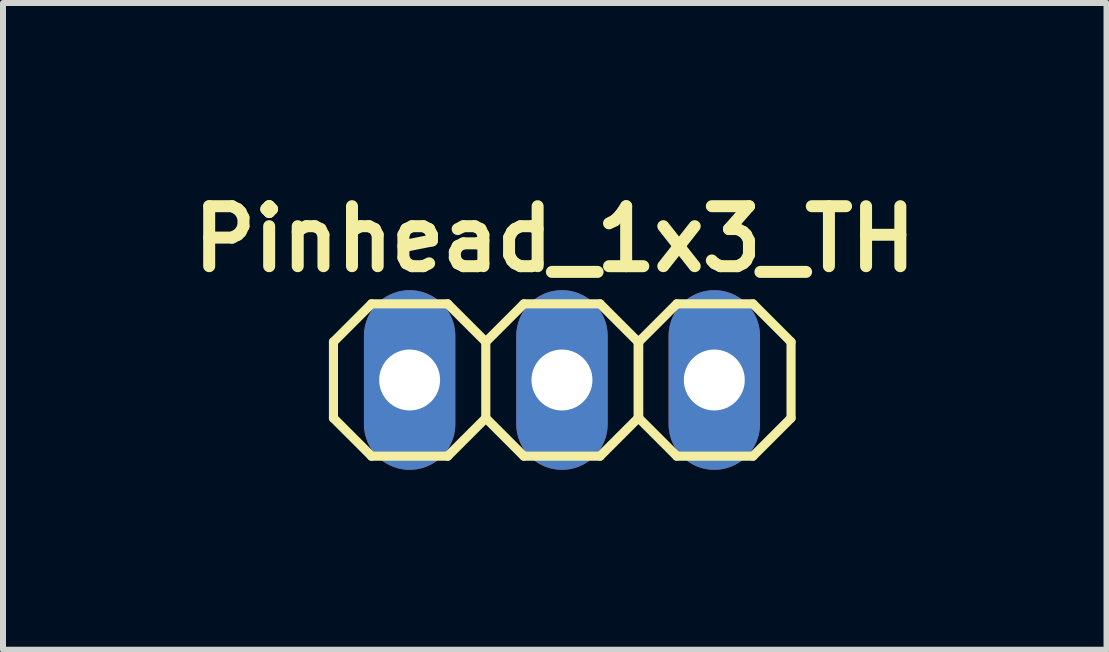
<source format=kicad_pcb>
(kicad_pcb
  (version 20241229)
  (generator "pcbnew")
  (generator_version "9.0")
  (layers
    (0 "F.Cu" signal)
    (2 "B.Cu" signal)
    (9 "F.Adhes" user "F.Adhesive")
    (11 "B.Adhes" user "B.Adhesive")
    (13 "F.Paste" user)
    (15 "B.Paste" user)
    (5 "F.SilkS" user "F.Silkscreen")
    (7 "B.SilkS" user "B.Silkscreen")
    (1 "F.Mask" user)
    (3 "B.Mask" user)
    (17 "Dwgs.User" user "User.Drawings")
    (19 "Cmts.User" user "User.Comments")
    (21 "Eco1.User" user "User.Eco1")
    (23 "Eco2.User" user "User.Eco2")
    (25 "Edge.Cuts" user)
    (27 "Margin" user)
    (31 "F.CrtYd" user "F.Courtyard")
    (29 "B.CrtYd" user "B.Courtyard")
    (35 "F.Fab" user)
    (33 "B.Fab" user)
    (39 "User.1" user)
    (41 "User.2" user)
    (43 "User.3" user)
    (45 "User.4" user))
  (footprint "Pinhead_1x3_TH"
    (layer "F.Cu")
    (at 5.05 3.286)
    (property "Reference" "Pinhead_1x3_TH" (at 1.15 -2.35 0) (layer "F.SilkS") (effects (font (size 1 1) (thickness 0.2))))
    (attr smd)
    (fp_line (start -2.54 -0.635) (end -1.905 -1.27) (stroke (width 0.152) (type solid)) (layer "F.SilkS"))
    (fp_line (start -2.54 0.635) (end -2.54 -0.635) (stroke (width 0.152) (type solid)) (layer "F.SilkS"))
    (fp_line (start -1.905 -1.27) (end -0.635 -1.27) (stroke (width 0.152) (type solid)) (layer "F.SilkS"))
    (fp_line (start -1.905 1.27) (end -2.54 0.635) (stroke (width 0.152) (type solid)) (layer "F.SilkS"))
    (fp_line (start -0.635 -1.27) (end 0 -0.635) (stroke (width 0.152) (type solid)) (layer "F.SilkS"))
    (fp_line (start -0.635 1.27) (end -1.905 1.27) (stroke (width 0.152) (type solid)) (layer "F.SilkS"))
    (fp_line (start 0 -0.635) (end 0.635 -1.27) (stroke (width 0.152) (type solid)) (layer "F.SilkS"))
    (fp_line (start 0 -0.599) (end 0 0.599) (stroke (width 0.152) (type solid)) (layer "F.SilkS"))
    (fp_line (start 0 0.635) (end -0.635 1.27) (stroke (width 0.152) (type solid)) (layer "F.SilkS"))
    (fp_line (start 0.635 -1.27) (end 1.905 -1.27) (stroke (width 0.152) (type solid)) (layer "F.SilkS"))
    (fp_line (start 0.635 1.27) (end 0 0.635) (stroke (width 0.152) (type solid)) (layer "F.SilkS"))
    (fp_line (start 1.905 -1.27) (end 2.54 -0.635) (stroke (width 0.152) (type solid)) (layer "F.SilkS"))
    (fp_line (start 1.905 1.27) (end 0.635 1.27) (stroke (width 0.152) (type solid)) (layer "F.SilkS"))
    (fp_line (start 2.54 -0.635) (end 2.54 0.635) (stroke (width 0.152) (type solid)) (layer "F.SilkS"))
    (fp_line (start 2.54 0.635) (end 1.905 1.27) (stroke (width 0.152) (type solid)) (layer "F.SilkS"))
    (fp_line (start 2.55 -0.635) (end 3.185 -1.27) (stroke (width 0.152) (type solid)) (layer "F.SilkS"))
    (fp_line (start 2.55 -0.599) (end 2.55 0.599) (stroke (width 0.152) (type solid)) (layer "F.SilkS"))
    (fp_line (start 3.185 -1.27) (end 4.455 -1.27) (stroke (width 0.152) (type solid)) (layer "F.SilkS"))
    (fp_line (start 3.185 1.27) (end 2.55 0.635) (stroke (width 0.152) (type solid)) (layer "F.SilkS"))
    (fp_line (start 4.455 -1.27) (end 5.09 -0.635) (stroke (width 0.152) (type solid)) (layer "F.SilkS"))
    (fp_line (start 4.455 1.27) (end 3.185 1.27) (stroke (width 0.152) (type solid)) (layer "F.SilkS"))
    (fp_line (start 5.09 -0.635) (end 5.09 0.635) (stroke (width 0.152) (type solid)) (layer "F.SilkS"))
    (fp_line (start 5.09 0.635) (end 4.455 1.27) (stroke (width 0.152) (type solid)) (layer "F.SilkS"))
    (pad "1" thru_hole oval (at -1.27 0) (size 1.524 2.995) (drill 1.016) (layers "*.Cu" "*.Mask" "B.Paste"))
    (pad "2" thru_hole oval (at 1.27 0) (size 1.524 2.995) (drill 1.016) (layers "*.Cu" "*.Mask" "B.Paste"))
    (pad "3" thru_hole oval (at 3.81 0) (size 1.524 2.995) (drill 1.016) (layers "*.Cu" "*.Mask" "B.Paste")))
  (gr_rect
    (start -3 -3)
    (end 15.4 7.783)
    (stroke (width 0.1) (type default))
    (fill no)
    (layer "Edge.Cuts")))
</source>
